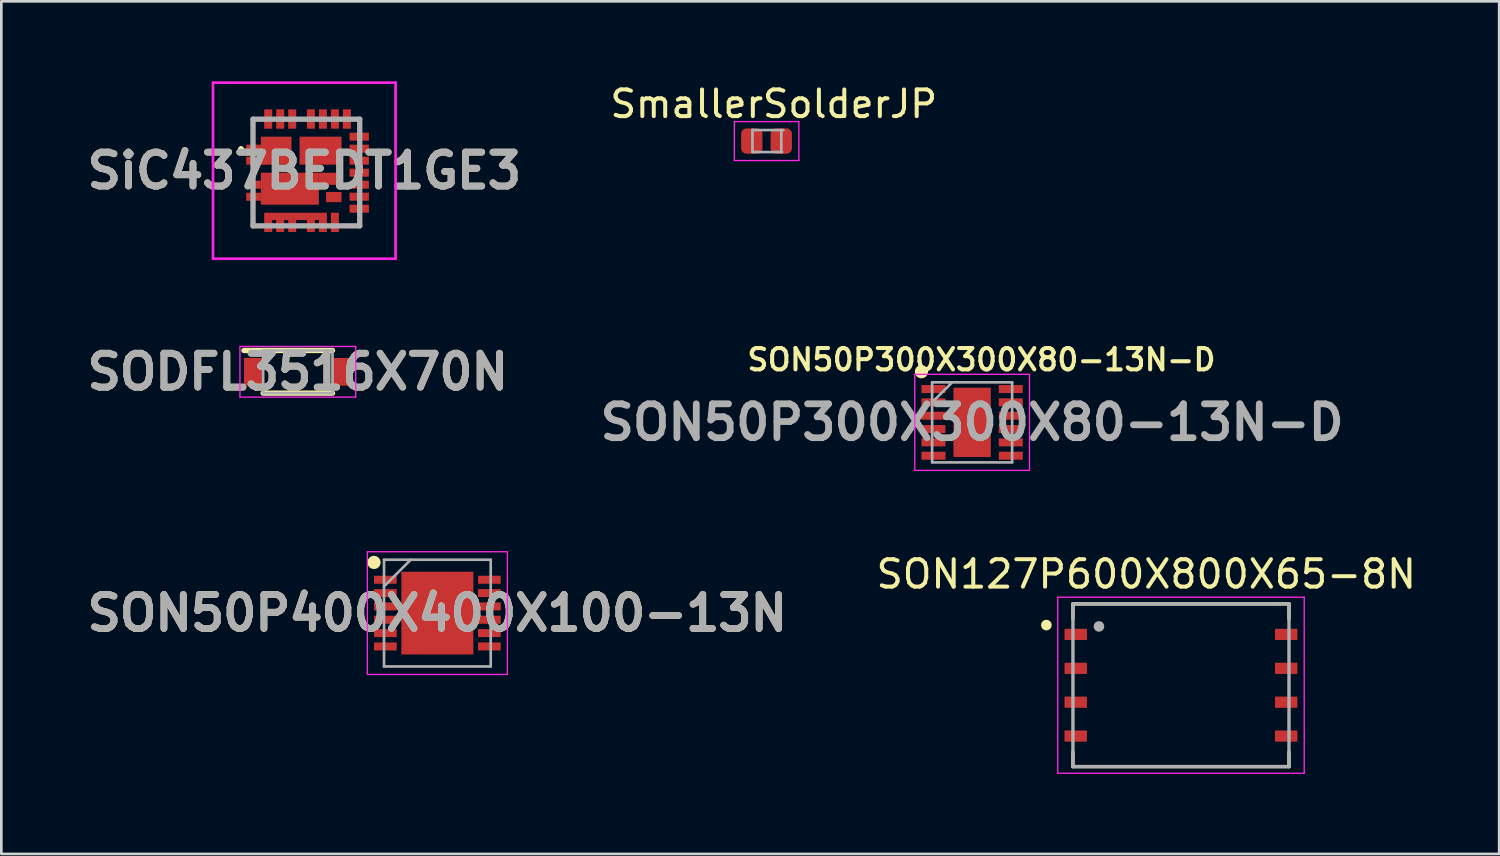
<source format=kicad_pcb>
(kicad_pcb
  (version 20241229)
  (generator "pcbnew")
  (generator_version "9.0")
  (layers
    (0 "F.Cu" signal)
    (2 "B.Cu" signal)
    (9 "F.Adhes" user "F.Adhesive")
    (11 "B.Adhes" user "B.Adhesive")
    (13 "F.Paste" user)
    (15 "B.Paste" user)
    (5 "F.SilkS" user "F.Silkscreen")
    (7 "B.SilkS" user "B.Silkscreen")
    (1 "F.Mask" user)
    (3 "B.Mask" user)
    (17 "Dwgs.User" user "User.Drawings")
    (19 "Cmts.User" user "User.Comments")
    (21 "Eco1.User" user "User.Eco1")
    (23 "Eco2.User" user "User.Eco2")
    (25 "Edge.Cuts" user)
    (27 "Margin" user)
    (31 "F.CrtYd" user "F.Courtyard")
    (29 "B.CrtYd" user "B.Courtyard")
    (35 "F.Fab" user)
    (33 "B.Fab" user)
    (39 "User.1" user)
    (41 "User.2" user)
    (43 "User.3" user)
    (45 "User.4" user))
  (footprint "SON127P600X800X65-8N"
    (layer "F.Cu")
    (at 41.225 22.64)
    (property "Reference" "SON127P600X800X65-8N" (at -1.301 -4.165 0) (layer "F.SilkS") (effects (font (size 1.028 1.028) (thickness 0.15))))
    (attr smd)
    (fp_line (start -4.05 -3.05) (end -4.05 -2.5) (stroke (width 0.127) (type solid)) (layer "F.SilkS"))
    (fp_line (start -4.05 -3.05) (end 4.05 -3.05) (stroke (width 0.127) (type solid)) (layer "F.SilkS"))
    (fp_line (start -4.05 3.05) (end -4.05 2.5) (stroke (width 0.127) (type solid)) (layer "F.SilkS"))
    (fp_line (start 4.05 -3.05) (end 4.05 -2.5) (stroke (width 0.127) (type solid)) (layer "F.SilkS"))
    (fp_line (start 4.05 3.05) (end -4.05 3.05) (stroke (width 0.127) (type solid)) (layer "F.SilkS"))
    (fp_line (start 4.05 3.05) (end 4.05 2.5) (stroke (width 0.127) (type solid)) (layer "F.SilkS"))
    (fp_circle (center -5.046 -2.255) (end -4.946 -2.255) (stroke (width 0.2) (type solid)) (fill no) (layer "F.SilkS"))
    (fp_line (start -4.62 -3.3) (end 4.62 -3.3) (stroke (width 0.05) (type solid)) (layer "F.CrtYd"))
    (fp_line (start -4.62 3.3) (end -4.62 -3.3) (stroke (width 0.05) (type solid)) (layer "F.CrtYd"))
    (fp_line (start 4.62 -3.3) (end 4.62 3.3) (stroke (width 0.05) (type solid)) (layer "F.CrtYd"))
    (fp_line (start 4.62 3.3) (end -4.62 3.3) (stroke (width 0.05) (type solid)) (layer "F.CrtYd"))
    (fp_line (start -4.05 -3.05) (end 4.05 -3.05) (stroke (width 0.127) (type solid)) (layer "F.Fab"))
    (fp_line (start -4.05 3.05) (end -4.05 -3.05) (stroke (width 0.127) (type solid)) (layer "F.Fab"))
    (fp_line (start 4.05 -3.05) (end 4.05 3.05) (stroke (width 0.127) (type solid)) (layer "F.Fab"))
    (fp_line (start 4.05 3.05) (end -4.05 3.05) (stroke (width 0.127) (type solid)) (layer "F.Fab"))
    (fp_circle (center -3.075 -2.205) (end -2.975 -2.205) (stroke (width 0.2) (type solid)) (fill no) (layer "F.Fab"))
    (pad "1" smd roundrect (at -3.945 -1.905) (size 0.84 0.42) (layers "F.Cu" "F.Mask" "F.Paste") (roundrect_rratio 0.05))
    (pad "2" smd roundrect (at -3.945 -0.635) (size 0.84 0.42) (layers "F.Cu" "F.Mask" "F.Paste") (roundrect_rratio 0.05))
    (pad "3" smd roundrect (at -3.945 0.635) (size 0.84 0.42) (layers "F.Cu" "F.Mask" "F.Paste") (roundrect_rratio 0.05))
    (pad "4" smd roundrect (at -3.945 1.905) (size 0.84 0.42) (layers "F.Cu" "F.Mask" "F.Paste") (roundrect_rratio 0.05))
    (pad "5" smd roundrect (at 3.945 1.905) (size 0.84 0.42) (layers "F.Cu" "F.Mask" "F.Paste") (roundrect_rratio 0.05))
    (pad "6" smd roundrect (at 3.945 0.635) (size 0.84 0.42) (layers "F.Cu" "F.Mask" "F.Paste") (roundrect_rratio 0.05))
    (pad "7" smd roundrect (at 3.945 -0.635) (size 0.84 0.42) (layers "F.Cu" "F.Mask" "F.Paste") (roundrect_rratio 0.05))
    (pad "8" smd roundrect (at 3.945 -1.905) (size 0.84 0.42) (layers "F.Cu" "F.Mask" "F.Paste") (roundrect_rratio 0.05)))
  (footprint "SiC437BEDT1GE3"
    (layer "F.Cu")
    (at 8.436 3.418)
    (property "Reference" "SiC437BEDT1GE3" (at -0.078 -0.068 0) (layer "F.SilkS") (effects (font (size 1.27 1.27) (thickness 0.254))))
    (attr smd)
    (fp_line (start -2.5 -0.894) (end -2.5 -0.894) (stroke (width 0.1) (type solid)) (layer "F.SilkS"))
    (fp_line (start -2.4 -0.894) (end -2.4 -0.894) (stroke (width 0.1) (type solid)) (layer "F.SilkS"))
    (fp_line (start -2 -2) (end -2 -1.2) (stroke (width 0.1) (type solid)) (layer "F.SilkS"))
    (fp_line (start -2 1.2) (end -2 2.006) (stroke (width 0.1) (type solid)) (layer "F.SilkS"))
    (fp_line (start -2 2.006) (end -1.8 2.006) (stroke (width 0.1) (type solid)) (layer "F.SilkS"))
    (fp_line (start -1.8 -2) (end -2 -2) (stroke (width 0.1) (type solid)) (layer "F.SilkS"))
    (fp_line (start 1.8 -2.006) (end 2 -2.006) (stroke (width 0.1) (type solid)) (layer "F.SilkS"))
    (fp_line (start 2 -2.006) (end 2 -1.6) (stroke (width 0.1) (type solid)) (layer "F.SilkS"))
    (fp_line (start 2 1.8) (end 2 2.006) (stroke (width 0.1) (type solid)) (layer "F.SilkS"))
    (fp_line (start 2 2.006) (end 1.4 2.006) (stroke (width 0.1) (type solid)) (layer "F.SilkS"))
    (fp_arc (start -2.5 -0.894) (mid -2.45 -0.944) (end -2.4 -0.894) (stroke (width 0.1) (type solid)) (layer "F.SilkS"))
    (fp_arc (start -2.4 -0.894) (mid -2.45 -0.844) (end -2.5 -0.894) (stroke (width 0.1) (type solid)) (layer "F.SilkS"))
    (fp_line (start -3.5 -3.368) (end 3.344 -3.368) (stroke (width 0.1) (type solid)) (layer "F.CrtYd"))
    (fp_line (start -3.5 3.232) (end -3.5 -3.368) (stroke (width 0.1) (type solid)) (layer "F.CrtYd"))
    (fp_line (start 3.344 -3.368) (end 3.344 3.232) (stroke (width 0.1) (type solid)) (layer "F.CrtYd"))
    (fp_line (start 3.344 3.232) (end -3.5 3.232) (stroke (width 0.1) (type solid)) (layer "F.CrtYd"))
    (fp_line (start -2 -2) (end 2 -2) (stroke (width 0.2) (type solid)) (layer "F.Fab"))
    (fp_line (start -2 2) (end -2 -2) (stroke (width 0.2) (type solid)) (layer "F.Fab"))
    (fp_line (start 2 -2) (end 2 2) (stroke (width 0.2) (type solid)) (layer "F.Fab"))
    (fp_line (start 2 2) (end -2 2) (stroke (width 0.2) (type solid)) (layer "F.Fab"))
    (fp_text user "${REFERENCE}" (at -0.078 -0.068 0) (layer "F.Fab") (effects (font (size 1.27 1.27) (thickness 0.254))))
    (pad "1" smd rect (at -1.981 -0.894 90) (size 0.3 0.55) (layers "F.Cu" "F.Mask" "F.Paste"))
    (pad "2" smd rect (at -1.981 -0.444 90) (size 0.3 0.55) (layers "F.Cu" "F.Mask" "F.Paste"))
    (pad "3" smd rect (at -1.981 0.456 90) (size 0.3 0.55) (layers "F.Cu" "F.Mask" "F.Paste"))
    (pad "4" smd rect (at -1.981 0.906 90) (size 0.3 0.55) (layers "F.Cu" "F.Mask" "F.Paste"))
    (pad "5" smd rect (at -1.431 2.006) (size 0.3 0.45) (layers "F.Cu" "F.Mask" "F.Paste"))
    (pad "6" smd rect (at -0.981 2.006) (size 0.3 0.45) (layers "F.Cu" "F.Mask" "F.Paste"))
    (pad "7" smd rect (at -0.531 2.006) (size 0.3 0.45) (layers "F.Cu" "F.Mask" "F.Paste"))
    (pad "8" smd rect (at 0.169 2.006) (size 0.3 0.45) (layers "F.Cu" "F.Mask" "F.Paste"))
    (pad "9" smd rect (at 0.619 2.006) (size 0.3 0.45) (layers "F.Cu" "F.Mask" "F.Paste"))
    (pad "10" smd rect (at 1.069 1.869) (size 0.3 0.725) (layers "F.Cu" "F.Mask" "F.Paste"))
    (pad "11" smd rect (at 1.981 1.356 90) (size 0.3 0.725) (layers "F.Cu" "F.Mask" "F.Paste"))
    (pad "12" smd rect (at 1.981 0.906 90) (size 0.3 0.725) (layers "F.Cu" "F.Mask" "F.Paste"))
    (pad "13" smd rect (at 1.981 0.456 90) (size 0.3 0.725) (layers "F.Cu" "F.Mask" "F.Paste"))
    (pad "14" smd rect (at 1.981 0.006 90) (size 0.3 0.725) (layers "F.Cu" "F.Mask" "F.Paste"))
    (pad "15" smd rect (at 1.981 -0.444 90) (size 0.3 0.725) (layers "F.Cu" "F.Mask" "F.Paste"))
    (pad "16" smd rect (at 1.981 -0.894 90) (size 0.3 0.725) (layers "F.Cu" "F.Mask" "F.Paste"))
    (pad "17" smd rect (at 1.981 -1.344 90) (size 0.3 0.725) (layers "F.Cu" "F.Mask" "F.Paste"))
    (pad "18" smd rect (at 1.519 -2.006) (size 0.3 0.725) (layers "F.Cu" "F.Mask" "F.Paste"))
    (pad "19" smd rect (at 1.069 -2.006) (size 0.3 0.725) (layers "F.Cu" "F.Mask" "F.Paste"))
    (pad "20" smd rect (at 0.619 -2.006) (size 0.3 0.725) (layers "F.Cu" "F.Mask" "F.Paste"))
    (pad "21" smd rect (at 0.169 -2.006) (size 0.3 0.725) (layers "F.Cu" "F.Mask" "F.Paste"))
    (pad "22" smd rect (at -0.531 -2.006) (size 0.3 0.725) (layers "F.Cu" "F.Mask" "F.Paste"))
    (pad "23" smd rect (at -0.981 -2.006) (size 0.3 0.725) (layers "F.Cu" "F.Mask" "F.Paste"))
    (pad "24" smd rect (at -1.431 -2.006) (size 0.3 0.725) (layers "F.Cu" "F.Mask" "F.Paste"))
    (pad "25" smd rect (at 0.531 -0.819 90) (size 1.05 1.575) (layers "F.Cu" "F.Mask" "F.Paste"))
    (pad "26" smd rect (at -1.131 -0.819 90) (size 1.05 1.15) (layers "F.Cu" "F.Mask" "F.Paste"))
    (pad "27" smd rect (at -0.619 0.606 90) (size 1.2 2.175) (layers "F.Cu" "F.Mask" "F.Paste"))
    (pad "28" smd rect (at 1.029 0.921 90) (size 0.38 0.58) (layers "F.Cu" "F.Mask" "F.Paste"))
    (pad "29" smd rect (at 0.794 0.234 90) (size 0.455 0.65) (layers "F.Cu" "F.Mask" "F.Paste"))
    (pad "30" smd rect (at -0.406 1.644 90) (size 0.275 2.35) (layers "F.Cu" "F.Mask" "F.Paste")))
  (footprint "SODFL3516X70N"
    (layer "F.Cu")
    (at 8.116 10.889)
    (property "Reference" "SODFL3516X70N" (at 0 0 0) (layer "F.SilkS") (effects (font (size 1.27 1.27) (thickness 0.254))))
    (attr smd)
    (fp_line (start -2.02 -0.8) (end 1.3 -0.8) (stroke (width 0.2) (type solid)) (layer "F.SilkS"))
    (fp_line (start -1.3 0.8) (end 1.3 0.8) (stroke (width 0.2) (type solid)) (layer "F.SilkS"))
    (fp_line (start -2.17 -0.95) (end 2.17 -0.95) (stroke (width 0.05) (type solid)) (layer "F.CrtYd"))
    (fp_line (start -2.17 0.95) (end -2.17 -0.95) (stroke (width 0.05) (type solid)) (layer "F.CrtYd"))
    (fp_line (start 2.17 -0.95) (end 2.17 0.95) (stroke (width 0.05) (type solid)) (layer "F.CrtYd"))
    (fp_line (start 2.17 0.95) (end -2.17 0.95) (stroke (width 0.05) (type solid)) (layer "F.CrtYd"))
    (fp_line (start -1.3 -0.8) (end 1.3 -0.8) (stroke (width 0.1) (type solid)) (layer "F.Fab"))
    (fp_line (start -1.3 -0.43) (end -0.93 -0.8) (stroke (width 0.1) (type solid)) (layer "F.Fab"))
    (fp_line (start -1.3 0.8) (end -1.3 -0.8) (stroke (width 0.1) (type solid)) (layer "F.Fab"))
    (fp_line (start 1.3 -0.8) (end 1.3 0.8) (stroke (width 0.1) (type solid)) (layer "F.Fab"))
    (fp_line (start 1.3 0.8) (end -1.3 0.8) (stroke (width 0.1) (type solid)) (layer "F.Fab"))
    (fp_text user "${REFERENCE}" (at 0 0 0) (layer "F.Fab") (effects (font (size 1.27 1.27) (thickness 0.254))))
    (pad "1" smd rect (at -1.65 0) (size 0.74 1.04) (layers "F.Cu" "F.Mask" "F.Paste"))
    (pad "2" smd rect (at 1.65 0) (size 0.74 1.04) (layers "F.Cu" "F.Mask" "F.Paste")))
  (footprint "SON50P400X400X100-13N"
    (layer "F.Cu")
    (at 13.347 19.935)
    (property "Reference" "SON50P400X400X100-13N" (at 0 0 0) (layer "F.SilkS") (effects (font (size 1.27 1.27) (thickness 0.254))))
    (attr smd)
    (fp_circle (center -2.375 -1.9) (end -2.375 -1.775) (stroke (width 0.25) (type solid)) (fill no) (layer "F.SilkS"))
    (fp_line (start -2.625 -2.3) (end 2.625 -2.3) (stroke (width 0.05) (type solid)) (layer "F.CrtYd"))
    (fp_line (start -2.625 2.3) (end -2.625 -2.3) (stroke (width 0.05) (type solid)) (layer "F.CrtYd"))
    (fp_line (start 2.625 -2.3) (end 2.625 2.3) (stroke (width 0.05) (type solid)) (layer "F.CrtYd"))
    (fp_line (start 2.625 2.3) (end -2.625 2.3) (stroke (width 0.05) (type solid)) (layer "F.CrtYd"))
    (fp_line (start -2 -2) (end 2 -2) (stroke (width 0.1) (type solid)) (layer "F.Fab"))
    (fp_line (start -2 -1) (end -1 -2) (stroke (width 0.1) (type solid)) (layer "F.Fab"))
    (fp_line (start -2 2) (end -2 -2) (stroke (width 0.1) (type solid)) (layer "F.Fab"))
    (fp_line (start 2 -2) (end 2 2) (stroke (width 0.1) (type solid)) (layer "F.Fab"))
    (fp_line (start 2 2) (end -2 2) (stroke (width 0.1) (type solid)) (layer "F.Fab"))
    (fp_text user "${REFERENCE}" (at 0 0 0) (layer "F.Fab") (effects (font (size 1.27 1.27) (thickness 0.254))))
    (pad "1" smd rect (at -1.95 -1.25 90) (size 0.3 0.85) (layers "F.Cu" "F.Mask" "F.Paste"))
    (pad "2" smd rect (at -1.95 -0.75 90) (size 0.3 0.85) (layers "F.Cu" "F.Mask" "F.Paste"))
    (pad "3" smd rect (at -1.95 -0.25 90) (size 0.3 0.85) (layers "F.Cu" "F.Mask" "F.Paste"))
    (pad "4" smd rect (at -1.95 0.25 90) (size 0.3 0.85) (layers "F.Cu" "F.Mask" "F.Paste"))
    (pad "5" smd rect (at -1.95 0.75 90) (size 0.3 0.85) (layers "F.Cu" "F.Mask" "F.Paste"))
    (pad "6" smd rect (at -1.95 1.25 90) (size 0.3 0.85) (layers "F.Cu" "F.Mask" "F.Paste"))
    (pad "7" smd rect (at 1.95 1.25 90) (size 0.3 0.85) (layers "F.Cu" "F.Mask" "F.Paste"))
    (pad "8" smd rect (at 1.95 0.75 90) (size 0.3 0.85) (layers "F.Cu" "F.Mask" "F.Paste"))
    (pad "9" smd rect (at 1.95 0.25 90) (size 0.3 0.85) (layers "F.Cu" "F.Mask" "F.Paste"))
    (pad "10" smd rect (at 1.95 -0.25 90) (size 0.3 0.85) (layers "F.Cu" "F.Mask" "F.Paste"))
    (pad "11" smd rect (at 1.95 -0.75 90) (size 0.3 0.85) (layers "F.Cu" "F.Mask" "F.Paste"))
    (pad "12" smd rect (at 1.95 -1.25 90) (size 0.3 0.85) (layers "F.Cu" "F.Mask" "F.Paste"))
    (pad "13" smd rect (at 0 0) (size 2.7 3.1) (layers "F.Cu" "F.Mask" "F.Paste")))
  (footprint "SON50P300X300X80-13N-D"
    (layer "F.Cu")
    (at 33.395 12.785)
    (property "Reference" "SON50P300X300X80-13N-D" (at 0.35 -2.35 0) (layer "F.SilkS") (effects (font (size 0.8 0.8) (thickness 0.152) (bold yes))))
    (attr smd)
    (fp_circle (center -1.9 -1.9) (end -1.9 -1.775) (stroke (width 0.25) (type solid)) (fill no) (layer "F.SilkS"))
    (fp_line (start -2.15 -1.8) (end 2.15 -1.8) (stroke (width 0.05) (type solid)) (layer "F.CrtYd"))
    (fp_line (start -2.15 1.8) (end -2.15 -1.8) (stroke (width 0.05) (type solid)) (layer "F.CrtYd"))
    (fp_line (start 2.15 -1.8) (end 2.15 1.8) (stroke (width 0.05) (type solid)) (layer "F.CrtYd"))
    (fp_line (start 2.15 1.8) (end -2.15 1.8) (stroke (width 0.05) (type solid)) (layer "F.CrtYd"))
    (fp_line (start -1.5 -1.5) (end 1.5 -1.5) (stroke (width 0.1) (type solid)) (layer "F.Fab"))
    (fp_line (start -1.5 -0.75) (end -0.75 -1.5) (stroke (width 0.1) (type solid)) (layer "F.Fab"))
    (fp_line (start -1.5 1.5) (end -1.5 -1.5) (stroke (width 0.1) (type solid)) (layer "F.Fab"))
    (fp_line (start 1.5 -1.5) (end 1.5 1.5) (stroke (width 0.1) (type solid)) (layer "F.Fab"))
    (fp_line (start 1.5 1.5) (end -1.5 1.5) (stroke (width 0.1) (type solid)) (layer "F.Fab"))
    (fp_text user "${REFERENCE}" (at 0 0 0) (layer "F.Fab") (effects (font (size 1.27 1.27) (thickness 0.254))))
    (pad "1" smd rect (at -1.45 -1.25 90) (size 0.3 0.9) (layers "F.Cu" "F.Mask" "F.Paste"))
    (pad "2" smd rect (at -1.45 -0.75 90) (size 0.3 0.9) (layers "F.Cu" "F.Mask" "F.Paste"))
    (pad "3" smd rect (at -1.45 -0.25 90) (size 0.3 0.9) (layers "F.Cu" "F.Mask" "F.Paste"))
    (pad "4" smd rect (at -1.45 0.25 90) (size 0.3 0.9) (layers "F.Cu" "F.Mask" "F.Paste"))
    (pad "5" smd rect (at -1.45 0.75 90) (size 0.3 0.9) (layers "F.Cu" "F.Mask" "F.Paste"))
    (pad "6" smd rect (at -1.45 1.25 90) (size 0.3 0.9) (layers "F.Cu" "F.Mask" "F.Paste"))
    (pad "7" smd rect (at 1.45 1.25 90) (size 0.3 0.9) (layers "F.Cu" "F.Mask" "F.Paste"))
    (pad "8" smd rect (at 1.45 0.75 90) (size 0.3 0.9) (layers "F.Cu" "F.Mask" "F.Paste"))
    (pad "9" smd rect (at 1.45 0.25 90) (size 0.3 0.9) (layers "F.Cu" "F.Mask" "F.Paste"))
    (pad "10" smd rect (at 1.45 -0.25 90) (size 0.3 0.9) (layers "F.Cu" "F.Mask" "F.Paste"))
    (pad "11" smd rect (at 1.45 -0.75 90) (size 0.3 0.9) (layers "F.Cu" "F.Mask" "F.Paste"))
    (pad "12" smd rect (at 1.45 -1.25 90) (size 0.3 0.9) (layers "F.Cu" "F.Mask" "F.Paste"))
    (pad "13" smd rect (at 0 0) (size 1.4 2.6) (layers "F.Cu" "F.Mask" "F.Paste")))
  (footprint "SmallerSolderJP"
    (layer "F.Cu")
    (at 25.96 2.238)
    (property "Reference" "SmallerSolderJP" (at 0 -1.39 0) (layer "F.SilkS") (effects (font (size 1 1) (thickness 0.15))))
    (attr smd)
    (fp_line (start -1.48 -0.73) (end 0.94 -0.73) (stroke (width 0.05) (type solid)) (layer "F.CrtYd"))
    (fp_line (start -1.48 0.73) (end -1.48 -0.73) (stroke (width 0.05) (type solid)) (layer "F.CrtYd"))
    (fp_line (start 0.94 -0.73) (end 0.94 0.73) (stroke (width 0.05) (type solid)) (layer "F.CrtYd"))
    (fp_line (start 0.94 0.73) (end -1.48 0.73) (stroke (width 0.05) (type solid)) (layer "F.CrtYd"))
    (fp_line (start -0.8 -0.412) (end 0.36 -0.412) (stroke (width 0.1) (type solid)) (layer "F.Fab"))
    (fp_line (start -0.8 0.412) (end -0.8 -0.412) (stroke (width 0.1) (type solid)) (layer "F.Fab"))
    (fp_line (start 0.28 -0.412) (end 0.28 0.412) (stroke (width 0.1) (type solid)) (layer "F.Fab"))
    (fp_line (start 0.31 0.412) (end -0.8 0.412) (stroke (width 0.1) (type solid)) (layer "F.Fab"))
    (pad "1" smd roundrect (at -0.825 0) (size 0.8 0.95) (layers "F.Cu" "F.Mask" "F.Paste") (roundrect_rratio 0.25))
    (pad "2" smd roundrect (at 0.28 0) (size 0.8 0.95) (layers "F.Cu" "F.Mask" "F.Paste") (roundrect_rratio 0.25)))
  (gr_rect
    (start -3 -3)
    (end 53.154 28.965)
    (stroke (width 0.1) (type default))
    (fill no)
    (layer "Edge.Cuts")))
</source>
